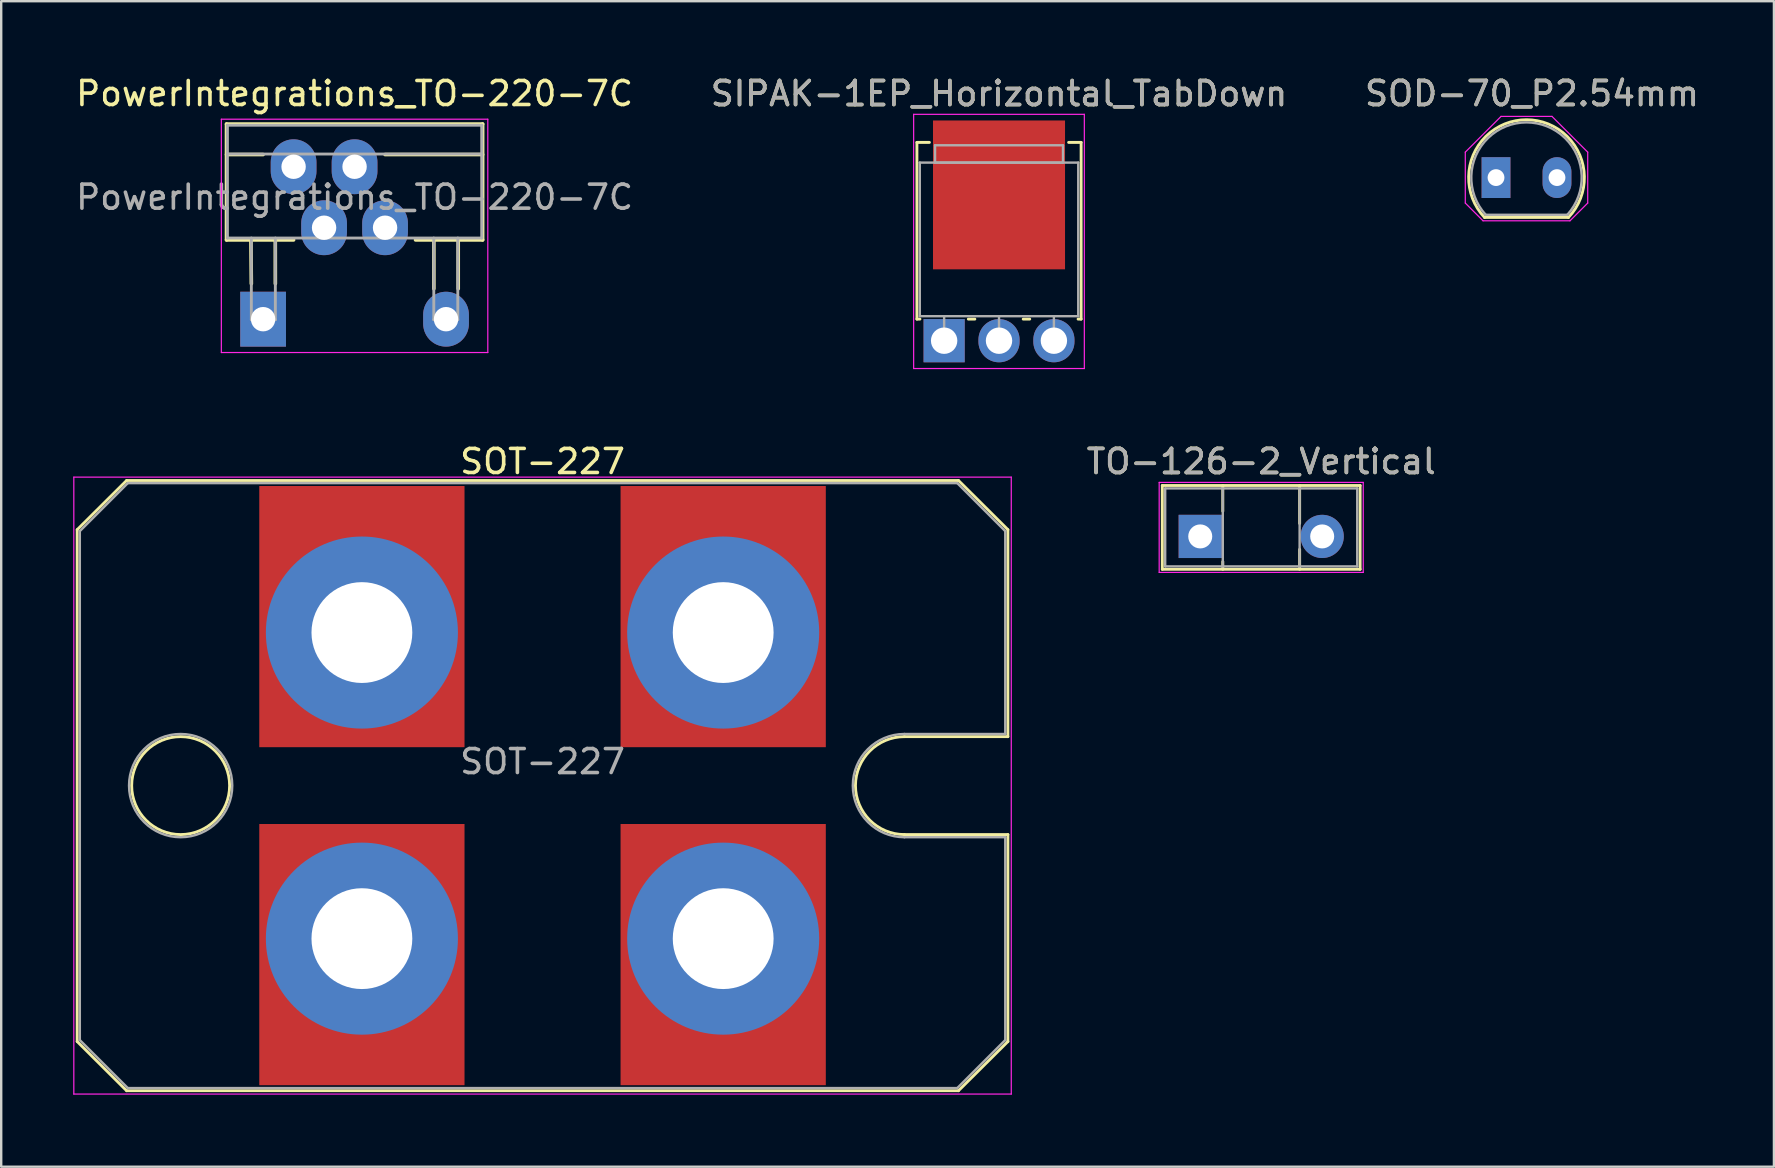
<source format=kicad_pcb>
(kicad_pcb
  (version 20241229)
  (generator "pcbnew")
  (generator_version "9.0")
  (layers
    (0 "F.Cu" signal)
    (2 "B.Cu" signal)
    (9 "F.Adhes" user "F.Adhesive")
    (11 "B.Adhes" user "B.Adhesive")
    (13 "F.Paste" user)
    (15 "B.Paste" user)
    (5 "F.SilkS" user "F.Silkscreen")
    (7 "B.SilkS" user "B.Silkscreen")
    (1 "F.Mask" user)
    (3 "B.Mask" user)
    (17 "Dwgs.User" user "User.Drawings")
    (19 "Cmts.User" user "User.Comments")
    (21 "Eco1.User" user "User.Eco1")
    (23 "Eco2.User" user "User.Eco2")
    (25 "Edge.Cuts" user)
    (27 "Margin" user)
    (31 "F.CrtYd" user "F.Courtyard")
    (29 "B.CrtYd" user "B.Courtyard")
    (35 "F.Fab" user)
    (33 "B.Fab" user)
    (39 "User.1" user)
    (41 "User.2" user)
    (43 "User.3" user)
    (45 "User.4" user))
  (footprint "SIPAK-1EP_Horizontal_TabDown"
    (layer "F.Cu")
    (at 36.279 11.142)
    (property "Reference" "SIPAK-1EP_Horizontal_TabDown" (at 2.286 -10.293 0) (layer "F.SilkS") (effects (font (size 1 1) (thickness 0.15))))
    (attr through_hole)
    (fp_line (start -1.134 -8.26) (end -1.134 -0.9) (stroke (width 0.12) (type solid)) (layer "F.SilkS"))
    (fp_line (start -1.134 -8.26) (end -0.614 -8.26) (stroke (width 0.12) (type solid)) (layer "F.SilkS"))
    (fp_line (start -1.134 -0.9) (end -1.008 -0.9) (stroke (width 0.12) (type solid)) (layer "F.SilkS"))
    (fp_line (start 1.008 -0.9) (end 1.279 -0.9) (stroke (width 0.12) (type solid)) (layer "F.SilkS"))
    (fp_line (start 3.294 -0.9) (end 3.565 -0.9) (stroke (width 0.12) (type solid)) (layer "F.SilkS"))
    (fp_line (start 5.186 -8.26) (end 5.706 -8.26) (stroke (width 0.12) (type solid)) (layer "F.SilkS"))
    (fp_line (start 5.58 -0.9) (end 5.706 -0.9) (stroke (width 0.12) (type solid)) (layer "F.SilkS"))
    (fp_line (start 5.706 -8.26) (end 5.706 -0.9) (stroke (width 0.12) (type solid)) (layer "F.SilkS"))
    (fp_line (start -1.27 -9.43) (end -1.27 1.16) (stroke (width 0.05) (type solid)) (layer "F.CrtYd"))
    (fp_line (start -1.27 1.16) (end 5.84 1.16) (stroke (width 0.05) (type solid)) (layer "F.CrtYd"))
    (fp_line (start 5.84 -9.43) (end -1.27 -9.43) (stroke (width 0.05) (type solid)) (layer "F.CrtYd"))
    (fp_line (start 5.84 1.16) (end 5.84 -9.43) (stroke (width 0.05) (type solid)) (layer "F.CrtYd"))
    (fp_line (start -1.014 -7.42) (end 5.586 -7.42) (stroke (width 0.1) (type solid)) (layer "F.Fab"))
    (fp_line (start -1.014 -1.02) (end -1.014 -7.42) (stroke (width 0.1) (type solid)) (layer "F.Fab"))
    (fp_line (start -0.379 -8.14) (end 4.951 -8.14) (stroke (width 0.1) (type solid)) (layer "F.Fab"))
    (fp_line (start -0.379 -7.42) (end -0.379 -8.14) (stroke (width 0.1) (type solid)) (layer "F.Fab"))
    (fp_line (start 0 -1.02) (end 0 0) (stroke (width 0.1) (type solid)) (layer "F.Fab"))
    (fp_line (start 2.286 -1.02) (end 2.286 0) (stroke (width 0.1) (type solid)) (layer "F.Fab"))
    (fp_line (start 4.572 -1.02) (end 4.572 0) (stroke (width 0.1) (type solid)) (layer "F.Fab"))
    (fp_line (start 4.951 -8.14) (end 4.951 -7.42) (stroke (width 0.1) (type solid)) (layer "F.Fab"))
    (fp_line (start 4.951 -7.42) (end -0.379 -7.42) (stroke (width 0.1) (type solid)) (layer "F.Fab"))
    (fp_line (start 5.586 -7.42) (end 5.586 -1.02) (stroke (width 0.1) (type solid)) (layer "F.Fab"))
    (fp_line (start 5.586 -1.02) (end -1.014 -1.02) (stroke (width 0.1) (type solid)) (layer "F.Fab"))
    (fp_text user "${REFERENCE}" (at 2.286 -10.293 0) (layer "F.Fab") (effects (font (size 1 1) (thickness 0.15))))
    (pad "1" thru_hole rect (at 0 0) (size 1.714 1.8) (drill 1.1) (layers "*.Cu" "*.Mask"))
    (pad "2" thru_hole oval (at 2.286 0) (size 1.714 1.8) (drill 1.1) (layers "*.Cu" "*.Mask"))
    (pad "3" thru_hole oval (at 4.572 0) (size 1.714 1.8) (drill 1.1) (layers "*.Cu" "*.Mask"))
    (pad "4" smd rect (at 2.286 -6.073) (size 5.5 6.2) (layers "F.Cu" "F.Mask")))
  (footprint "PowerIntegrations_TO-220-7C"
    (layer "F.Cu")
    (at 7.91 10.246)
    (property "Reference" "PowerIntegrations_TO-220-7C" (at 3.81 -9.398 0) (layer "F.SilkS") (effects (font (size 1 1) (thickness 0.15))))
    (attr through_hole)
    (fp_line (start -1.524 -8.128) (end -1.524 -3.302) (stroke (width 0.15) (type solid)) (layer "F.SilkS"))
    (fp_line (start -1.524 -6.858) (end 0 -6.858) (stroke (width 0.15) (type solid)) (layer "F.SilkS"))
    (fp_line (start -1.524 -3.302) (end 1.27 -3.302) (stroke (width 0.15) (type solid)) (layer "F.SilkS"))
    (fp_line (start -0.49 -1.48) (end -0.508 -3.302) (stroke (width 0.15) (type solid)) (layer "F.SilkS"))
    (fp_line (start 0.51 -1.48) (end 0.508 -3.302) (stroke (width 0.15) (type solid)) (layer "F.SilkS"))
    (fp_line (start 7.112 -1.27) (end 7.112 -3.302) (stroke (width 0.15) (type solid)) (layer "F.SilkS"))
    (fp_line (start 8.128 -1.27) (end 8.128 -3.302) (stroke (width 0.15) (type solid)) (layer "F.SilkS"))
    (fp_line (start 9.144 -8.128) (end -1.524 -8.128) (stroke (width 0.15) (type solid)) (layer "F.SilkS"))
    (fp_line (start 9.144 -8.128) (end 9.144 -3.302) (stroke (width 0.15) (type solid)) (layer "F.SilkS"))
    (fp_line (start 9.144 -6.858) (end 5.08 -6.858) (stroke (width 0.15) (type solid)) (layer "F.SilkS"))
    (fp_line (start 9.144 -3.302) (end 6.35 -3.302) (stroke (width 0.15) (type solid)) (layer "F.SilkS"))
    (fp_line (start -1.74 -8.33) (end -1.74 1.39) (stroke (width 0.05) (type solid)) (layer "F.CrtYd"))
    (fp_line (start -1.74 -8.33) (end 9.36 -8.33) (stroke (width 0.05) (type solid)) (layer "F.CrtYd"))
    (fp_line (start 9.36 1.39) (end -1.74 1.39) (stroke (width 0.05) (type solid)) (layer "F.CrtYd"))
    (fp_line (start 9.36 1.39) (end 9.36 -8.33) (stroke (width 0.05) (type solid)) (layer "F.CrtYd"))
    (fp_line (start -1.49 -8.08) (end -1.49 -3.38) (stroke (width 0.12) (type solid)) (layer "F.Fab"))
    (fp_line (start -1.49 -6.88) (end 9.11 -6.88) (stroke (width 0.12) (type solid)) (layer "F.Fab"))
    (fp_line (start -1.49 -3.38) (end 9.11 -3.38) (stroke (width 0.12) (type solid)) (layer "F.Fab"))
    (fp_line (start -0.49 -3.38) (end -0.49 0.02) (stroke (width 0.12) (type solid)) (layer "F.Fab"))
    (fp_line (start -0.49 0.02) (end 0.51 0.02) (stroke (width 0.12) (type solid)) (layer "F.Fab"))
    (fp_line (start 0.51 0.02) (end 0.51 -3.38) (stroke (width 0.12) (type solid)) (layer "F.Fab"))
    (fp_line (start 7.11 -3.38) (end 7.11 0.02) (stroke (width 0.12) (type solid)) (layer "F.Fab"))
    (fp_line (start 7.11 0.02) (end 8.11 0.02) (stroke (width 0.12) (type solid)) (layer "F.Fab"))
    (fp_line (start 8.11 0.02) (end 8.11 -3.38) (stroke (width 0.12) (type solid)) (layer "F.Fab"))
    (fp_line (start 9.11 -8.08) (end -1.49 -8.08) (stroke (width 0.12) (type solid)) (layer "F.Fab"))
    (fp_line (start 9.11 -3.38) (end 9.11 -8.08) (stroke (width 0.12) (type solid)) (layer "F.Fab"))
    (fp_text user "${REFERENCE}" (at 3.81 -5.08 0) (layer "F.Fab") (effects (font (size 1 1) (thickness 0.15))))
    (pad "1" thru_hole rect (at 0 0) (size 1.905 2.286) (drill 1.016) (layers "*.Cu" "*.Mask"))
    (pad "2" thru_hole oval (at 1.27 -6.35) (size 1.905 2.286) (drill 1.016) (layers "*.Cu" "*.Mask"))
    (pad "3" thru_hole oval (at 2.54 -3.81) (size 1.905 2.286) (drill 1.016) (layers "*.Cu" "*.Mask"))
    (pad "4" thru_hole oval (at 3.81 -6.35) (size 1.905 2.286) (drill 1.016) (layers "*.Cu" "*.Mask"))
    (pad "5" thru_hole oval (at 5.08 -3.81) (size 1.905 2.286) (drill 1.016) (layers "*.Cu" "*.Mask"))
    (pad "7" thru_hole oval (at 7.62 0) (size 1.905 2.286) (drill 1.016) (layers "*.Cu" "*.Mask")))
  (footprint "SOT-227"
    (layer "F.Cu")
    (at 19.55 29.675)
    (property "Reference" "SOT-227" (at 0 -13.5 0) (layer "F.SilkS") (effects (font (size 1 1) (thickness 0.15))))
    (attr through_hole)
    (fp_line (start -19.385 -10.66) (end -19.385 10.66) (stroke (width 0.12) (type solid)) (layer "F.SilkS"))
    (fp_line (start -19.385 -10.66) (end -17.325 -12.71) (stroke (width 0.12) (type solid)) (layer "F.SilkS"))
    (fp_line (start -19.385 10.66) (end -17.325 12.71) (stroke (width 0.12) (type solid)) (layer "F.SilkS"))
    (fp_line (start -17.325 -12.71) (end 17.325 -12.71) (stroke (width 0.12) (type solid)) (layer "F.SilkS"))
    (fp_line (start -17.325 12.71) (end 17.325 12.71) (stroke (width 0.12) (type solid)) (layer "F.SilkS"))
    (fp_line (start 15.075 -2.04) (end 19.385 -2.04) (stroke (width 0.12) (type solid)) (layer "F.SilkS"))
    (fp_line (start 15.075 2.04) (end 19.385 2.04) (stroke (width 0.12) (type solid)) (layer "F.SilkS"))
    (fp_line (start 19.385 -10.66) (end 17.325 -12.71) (stroke (width 0.12) (type solid)) (layer "F.SilkS"))
    (fp_line (start 19.385 -10.66) (end 19.385 -2.04) (stroke (width 0.12) (type solid)) (layer "F.SilkS"))
    (fp_line (start 19.385 10.66) (end 17.325 12.71) (stroke (width 0.12) (type solid)) (layer "F.SilkS"))
    (fp_line (start 19.385 10.66) (end 19.385 2.04) (stroke (width 0.12) (type solid)) (layer "F.SilkS"))
    (fp_arc (start 15.075 2.04) (mid 13.035 0) (end 15.075 -2.04) (stroke (width 0.12) (type solid)) (layer "F.SilkS"))
    (fp_circle (center -15.075 0) (end -13.035 0) (stroke (width 0.12) (type solid)) (fill no) (layer "F.SilkS"))
    (fp_line (start -19.525 -12.85) (end -19.525 12.85) (stroke (width 0.05) (type solid)) (layer "F.CrtYd"))
    (fp_line (start -19.525 -12.85) (end 19.525 -12.85) (stroke (width 0.05) (type solid)) (layer "F.CrtYd"))
    (fp_line (start -19.525 12.85) (end 19.525 12.85) (stroke (width 0.05) (type solid)) (layer "F.CrtYd"))
    (fp_line (start 19.525 -12.85) (end 19.525 12.85) (stroke (width 0.05) (type solid)) (layer "F.CrtYd"))
    (fp_line (start -19.275 -10.6) (end -17.275 -12.6) (stroke (width 0.1) (type solid)) (layer "F.Fab"))
    (fp_line (start -19.275 10.6) (end -19.275 -10.6) (stroke (width 0.1) (type solid)) (layer "F.Fab"))
    (fp_line (start -19.275 10.6) (end -17.275 12.6) (stroke (width 0.1) (type solid)) (layer "F.Fab"))
    (fp_line (start -17.275 -12.6) (end 17.275 -12.6) (stroke (width 0.1) (type solid)) (layer "F.Fab"))
    (fp_line (start 15.075 -2.15) (end 19.275 -2.15) (stroke (width 0.1) (type solid)) (layer "F.Fab"))
    (fp_line (start 15.075 2.15) (end 19.275 2.15) (stroke (width 0.1) (type solid)) (layer "F.Fab"))
    (fp_line (start 17.275 12.6) (end -17.275 12.6) (stroke (width 0.1) (type solid)) (layer "F.Fab"))
    (fp_line (start 19.275 -10.6) (end 17.275 -12.6) (stroke (width 0.1) (type solid)) (layer "F.Fab"))
    (fp_line (start 19.275 -10.6) (end 19.275 -2.15) (stroke (width 0.1) (type solid)) (layer "F.Fab"))
    (fp_line (start 19.275 2.15) (end 19.275 10.6) (stroke (width 0.1) (type solid)) (layer "F.Fab"))
    (fp_line (start 19.275 10.6) (end 17.275 12.6) (stroke (width 0.1) (type solid)) (layer "F.Fab"))
    (fp_arc (start 15.075 2.15) (mid 12.925 0) (end 15.075 -2.15) (stroke (width 0.1) (type solid)) (layer "F.Fab"))
    (fp_circle (center -15.075 0) (end -12.925 0) (stroke (width 0.1) (type solid)) (fill no) (layer "F.Fab"))
    (fp_text user "${REFERENCE}" (at 0 -1 0) (layer "F.Fab") (effects (font (size 1 1) (thickness 0.15))))
    (pad "1" smd rect (at -7.525 -7.04) (size 8.55 10.88) (layers "F.Cu" "F.Mask"))
    (pad "1" thru_hole circle (at -7.525 -6.375) (size 8 8) (drill 4.2) (layers "*.Cu" "*.Mask"))
    (pad "2" smd rect (at 7.525 -7.04) (size 8.55 10.88) (layers "F.Cu" "F.Mask"))
    (pad "2" thru_hole circle (at 7.525 -6.375) (size 8 8) (drill 4.2) (layers "*.Cu" "*.Mask"))
    (pad "3" thru_hole circle (at 7.525 6.375) (size 8 8) (drill 4.2) (layers "*.Cu" "*.Mask"))
    (pad "3" smd rect (at 7.525 7.04) (size 8.55 10.88) (layers "F.Cu" "F.Mask"))
    (pad "4" thru_hole circle (at -7.525 6.375) (size 8 8) (drill 4.2) (layers "*.Cu" "*.Mask"))
    (pad "4" smd rect (at -7.525 7.04) (size 8.55 10.88) (layers "F.Cu" "F.Mask")))
  (footprint "TO-126-2_Vertical"
    (layer "F.Cu")
    (at 46.947 19.295)
    (property "Reference" "TO-126-2_Vertical" (at 2.54 -3.12 0) (layer "F.SilkS") (effects (font (size 1 1) (thickness 0.15))))
    (attr through_hole)
    (fp_line (start -1.58 -2.12) (end -1.58 1.37) (stroke (width 0.12) (type solid)) (layer "F.SilkS"))
    (fp_line (start -1.58 -2.12) (end 6.66 -2.12) (stroke (width 0.12) (type solid)) (layer "F.SilkS"))
    (fp_line (start -1.58 1.37) (end 6.66 1.37) (stroke (width 0.12) (type solid)) (layer "F.SilkS"))
    (fp_line (start 0.94 -2.12) (end 0.94 -1.05) (stroke (width 0.12) (type solid)) (layer "F.SilkS"))
    (fp_line (start 0.94 1.05) (end 0.94 1.37) (stroke (width 0.12) (type solid)) (layer "F.SilkS"))
    (fp_line (start 4.141 -2.12) (end 4.141 -0.54) (stroke (width 0.12) (type solid)) (layer "F.SilkS"))
    (fp_line (start 4.141 0.54) (end 4.141 1.37) (stroke (width 0.12) (type solid)) (layer "F.SilkS"))
    (fp_line (start 6.66 -2.12) (end 6.66 1.37) (stroke (width 0.12) (type solid)) (layer "F.SilkS"))
    (fp_line (start -1.71 -2.25) (end -1.71 1.5) (stroke (width 0.05) (type solid)) (layer "F.CrtYd"))
    (fp_line (start -1.71 1.5) (end 6.79 1.5) (stroke (width 0.05) (type solid)) (layer "F.CrtYd"))
    (fp_line (start 6.79 -2.25) (end -1.71 -2.25) (stroke (width 0.05) (type solid)) (layer "F.CrtYd"))
    (fp_line (start 6.79 1.5) (end 6.79 -2.25) (stroke (width 0.05) (type solid)) (layer "F.CrtYd"))
    (fp_line (start -1.46 -2) (end -1.46 1.25) (stroke (width 0.1) (type solid)) (layer "F.Fab"))
    (fp_line (start -1.46 1.25) (end 6.54 1.25) (stroke (width 0.1) (type solid)) (layer "F.Fab"))
    (fp_line (start 0.94 -2) (end 0.94 1.25) (stroke (width 0.1) (type solid)) (layer "F.Fab"))
    (fp_line (start 4.14 -2) (end 4.14 1.25) (stroke (width 0.1) (type solid)) (layer "F.Fab"))
    (fp_line (start 6.54 -2) (end -1.46 -2) (stroke (width 0.1) (type solid)) (layer "F.Fab"))
    (fp_line (start 6.54 1.25) (end 6.54 -2) (stroke (width 0.1) (type solid)) (layer "F.Fab"))
    (fp_text user "${REFERENCE}" (at 2.54 -3.12 0) (layer "F.Fab") (effects (font (size 1 1) (thickness 0.15))))
    (pad "1" thru_hole rect (at 0 0) (size 1.8 1.8) (drill 1) (layers "*.Cu" "*.Mask"))
    (pad "2" thru_hole oval (at 5.08 0) (size 1.8 1.8) (drill 1) (layers "*.Cu" "*.Mask")))
  (footprint "SOD-70_P2.54mm"
    (layer "F.Cu")
    (at 59.268 4.348)
    (property "Reference" "SOD-70_P2.54mm" (at 1.5 -3.5 0) (layer "F.SilkS") (effects (font (size 1 1) (thickness 0.15))))
    (attr through_hole)
    (fp_line (start 3.017 1.66) (end -0.477 1.66) (stroke (width 0.12) (type solid)) (layer "F.SilkS"))
    (fp_arc (start -0.477141 1.66) (mid 1.27 -2.41) (end 3.017141 1.66) (stroke (width 0.12) (type solid)) (layer "F.SilkS"))
    (fp_line (start -1.28 1.06) (end -1.28 -1.06) (stroke (width 0.05) (type solid)) (layer "F.CrtYd"))
    (fp_line (start -1.28 1.06) (end -0.54 1.8) (stroke (width 0.05) (type solid)) (layer "F.CrtYd"))
    (fp_line (start 0.21 -2.55) (end -1.28 -1.06) (stroke (width 0.05) (type solid)) (layer "F.CrtYd"))
    (fp_line (start 0.21 -2.55) (end 2.33 -2.55) (stroke (width 0.05) (type solid)) (layer "F.CrtYd"))
    (fp_line (start 2.33 -2.55) (end 3.82 -1.06) (stroke (width 0.05) (type solid)) (layer "F.CrtYd"))
    (fp_line (start 3.08 1.8) (end -0.54 1.8) (stroke (width 0.05) (type solid)) (layer "F.CrtYd"))
    (fp_line (start 3.08 1.8) (end 3.82 1.06) (stroke (width 0.05) (type solid)) (layer "F.CrtYd"))
    (fp_line (start 3.82 -1.06) (end 3.82 1.06) (stroke (width 0.05) (type solid)) (layer "F.CrtYd"))
    (fp_line (start 2.969 1.55) (end -0.429 1.55) (stroke (width 0.1) (type solid)) (layer "F.Fab"))
    (fp_arc (start -0.429265 1.55) (mid 1.27 -2.3) (end 2.969265 1.55) (stroke (width 0.1) (type solid)) (layer "F.Fab"))
    (fp_text user "${REFERENCE}" (at 1.5 -3.5 0) (layer "F.Fab") (effects (font (size 1 1) (thickness 0.15))))
    (pad "1" thru_hole rect (at 0 0) (size 1.2 1.7) (drill 0.7) (layers "*.Cu" "*.Mask"))
    (pad "2" thru_hole oval (at 2.54 0) (size 1.2 1.7) (drill 0.7) (layers "*.Cu" "*.Mask")))
  (gr_rect
    (start -3 -3)
    (end 70.845 45.55)
    (stroke (width 0.1) (type default))
    (fill no)
    (layer "Edge.Cuts")))
</source>
